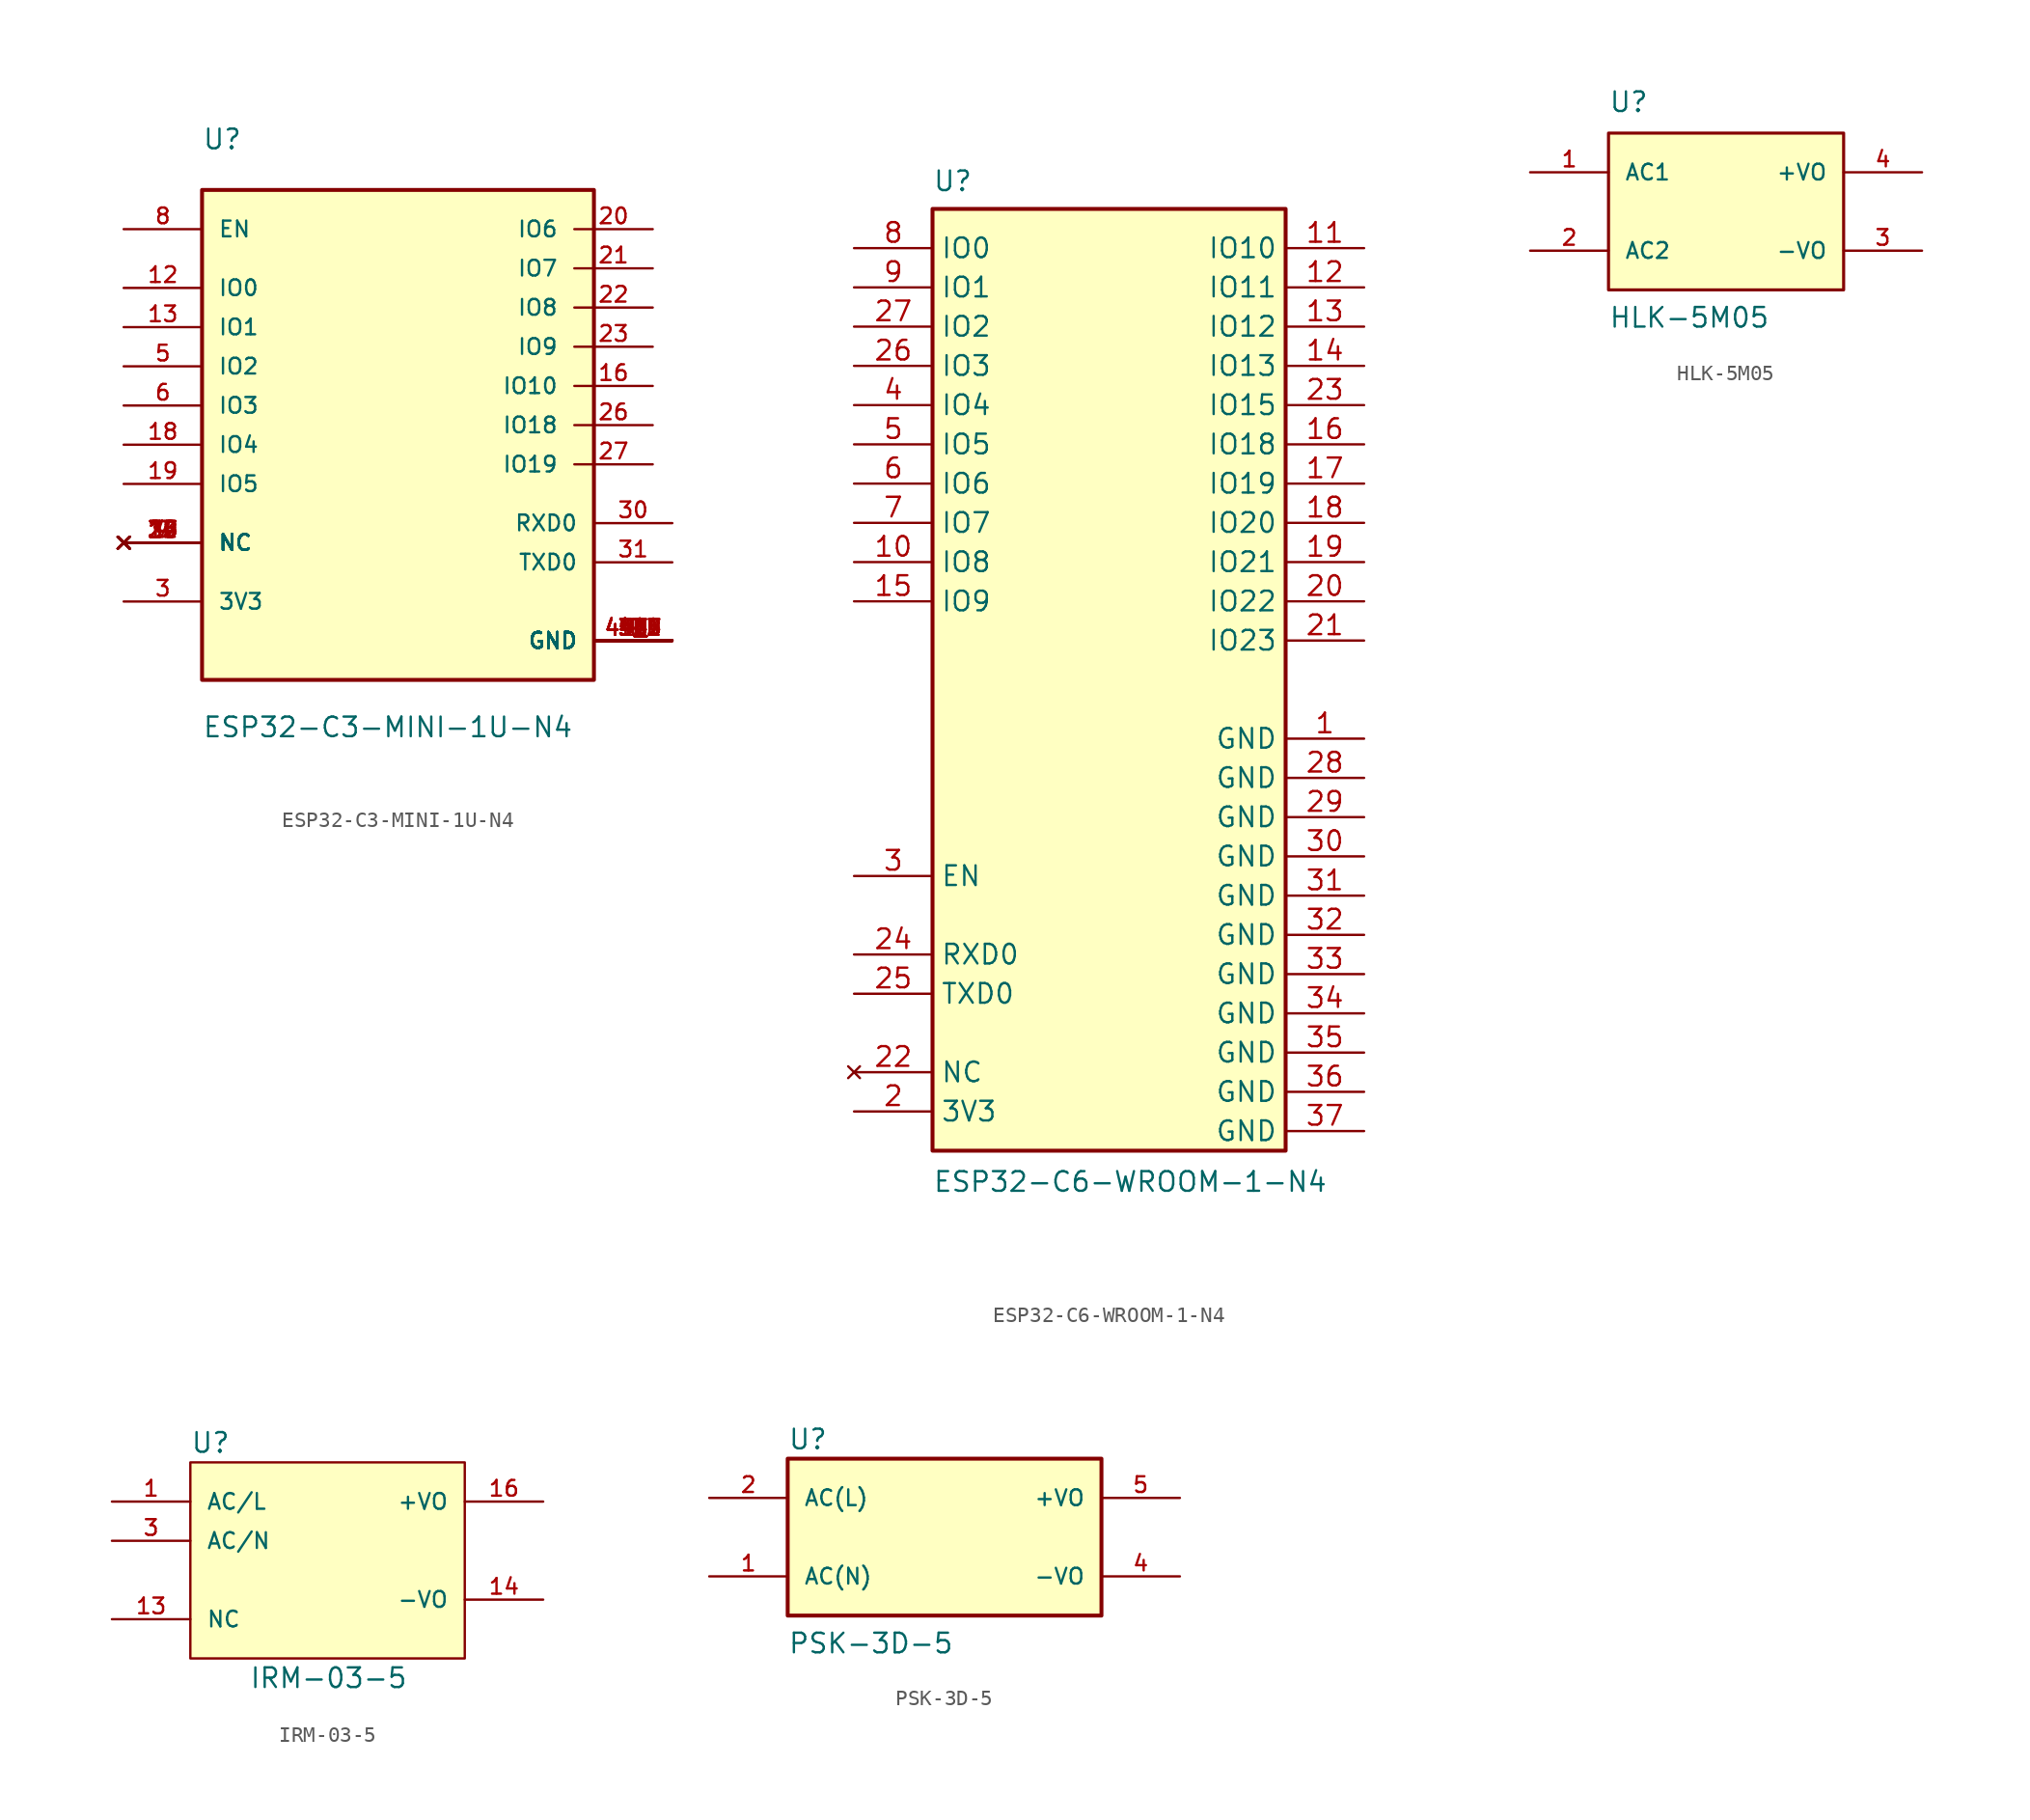
<source format=kicad_sym>
(kicad_symbol_lib
  (version 20220914)
  (generator kicad_symbol_editor)
  (symbol "ESP32-C3-MINI-1U-N4"
    (pin_names
      (offset 1.016))
    (property "Reference" "U"
      (at -12.7 16.51 0)
      (effects (font (size 1.27 1.27)) (justify left bottom)))
    (property "Value" "ESP32-C3-MINI-1U-N4"
      (at -12.7 -21.59 0)
      (effects (font (size 1.27 1.27)) (justify left bottom)))
    (symbol "ESP32-C3-MINI-1U-N4_0_0"
      (rectangle (start -12.7 13.97) (end 12.7 -17.78) (stroke (width 0.254) (type default)) (fill (type background)))
      (pin power_in line (at 17.78 -15.24 180) (length 5.08) (name "GND" (effects (font (size 1.016 1.016)))) (number "1" (effects (font (size 1.016 1.016)))))
      (pin no_connect line (at -17.78 -8.89 0) (length 5.08) (name "NC" (effects (font (size 1.016 1.016)))) (number "10" (effects (font (size 1.016 1.016)))))
      (pin power_in line (at 17.78 -15.24 180) (length 5.08) (name "GND" (effects (font (size 1.016 1.016)))) (number "11" (effects (font (size 1.016 1.016)))))
      (pin bidirectional line (at -17.78 7.62 0) (length 5.08) (name "IO0" (effects (font (size 1.016 1.016)))) (number "12" (effects (font (size 1.016 1.016)))))
      (pin bidirectional line (at -17.78 5.08 0) (length 5.08) (name "IO1" (effects (font (size 1.016 1.016)))) (number "13" (effects (font (size 1.016 1.016)))))
      (pin power_in line (at 17.78 -15.24 180) (length 5.08) (name "GND" (effects (font (size 1.016 1.016)))) (number "14" (effects (font (size 1.016 1.016)))))
      (pin no_connect line (at -17.78 -8.89 0) (length 5.08) (name "NC" (effects (font (size 1.016 1.016)))) (number "15" (effects (font (size 1.016 1.016)))))
      (pin bidirectional line (at 16.51 1.27 180) (length 5.08) (name "IO10" (effects (font (size 1.016 1.016)))) (number "16" (effects (font (size 1.016 1.016)))))
      (pin no_connect line (at -17.78 -8.89 0) (length 5.08) (name "NC" (effects (font (size 1.016 1.016)))) (number "17" (effects (font (size 1.016 1.016)))))
      (pin bidirectional line (at -17.78 -2.54 0) (length 5.08) (name "IO4" (effects (font (size 1.016 1.016)))) (number "18" (effects (font (size 1.016 1.016)))))
      (pin bidirectional line (at -17.78 -5.08 0) (length 5.08) (name "IO5" (effects (font (size 1.016 1.016)))) (number "19" (effects (font (size 1.016 1.016)))))
      (pin power_in line (at 17.78 -15.24 180) (length 5.08) (name "GND" (effects (font (size 1.016 1.016)))) (number "2" (effects (font (size 1.016 1.016)))))
      (pin bidirectional line (at 16.51 11.43 180) (length 5.08) (name "IO6" (effects (font (size 1.016 1.016)))) (number "20" (effects (font (size 1.016 1.016)))))
      (pin bidirectional line (at 16.51 8.89 180) (length 5.08) (name "IO7" (effects (font (size 1.016 1.016)))) (number "21" (effects (font (size 1.016 1.016)))))
      (pin bidirectional line (at 16.51 6.35 180) (length 5.08) (name "IO8" (effects (font (size 1.016 1.016)))) (number "22" (effects (font (size 1.016 1.016)))))
      (pin bidirectional line (at 16.51 3.81 180) (length 5.08) (name "IO9" (effects (font (size 1.016 1.016)))) (number "23" (effects (font (size 1.016 1.016)))))
      (pin no_connect line (at -17.78 -8.89 0) (length 5.08) (name "NC" (effects (font (size 1.016 1.016)))) (number "24" (effects (font (size 1.016 1.016)))))
      (pin no_connect line (at -17.78 -8.89 0) (length 5.08) (name "NC" (effects (font (size 1.016 1.016)))) (number "25" (effects (font (size 1.016 1.016)))))
      (pin bidirectional line (at 16.51 -1.27 180) (length 5.08) (name "IO18" (effects (font (size 1.016 1.016)))) (number "26" (effects (font (size 1.016 1.016)))))
      (pin bidirectional line (at 16.51 -3.81 180) (length 5.08) (name "IO19" (effects (font (size 1.016 1.016)))) (number "27" (effects (font (size 1.016 1.016)))))
      (pin no_connect line (at -17.78 -8.89 0) (length 5.08) (name "NC" (effects (font (size 1.016 1.016)))) (number "28" (effects (font (size 1.016 1.016)))))
      (pin no_connect line (at -17.78 -8.89 0) (length 5.08) (name "NC" (effects (font (size 1.016 1.016)))) (number "29" (effects (font (size 1.016 1.016)))))
      (pin power_in line (at -17.78 -12.7 0) (length 5.08) (name "3V3" (effects (font (size 1.016 1.016)))) (number "3" (effects (font (size 1.016 1.016)))))
      (pin bidirectional line (at 17.78 -7.62 180) (length 5.08) (name "RXD0" (effects (font (size 1.016 1.016)))) (number "30" (effects (font (size 1.016 1.016)))))
      (pin bidirectional line (at 17.78 -10.16 180) (length 5.08) (name "TXD0" (effects (font (size 1.016 1.016)))) (number "31" (effects (font (size 1.016 1.016)))))
      (pin no_connect line (at -17.78 -8.89 0) (length 5.08) (name "NC" (effects (font (size 1.016 1.016)))) (number "32" (effects (font (size 1.016 1.016)))))
      (pin no_connect line (at -17.78 -8.89 0) (length 5.08) (name "NC" (effects (font (size 1.016 1.016)))) (number "33" (effects (font (size 1.016 1.016)))))
      (pin no_connect line (at -17.78 -8.89 0) (length 5.08) (name "NC" (effects (font (size 1.016 1.016)))) (number "34" (effects (font (size 1.016 1.016)))))
      (pin no_connect line (at -17.78 -8.89 0) (length 5.08) (name "NC" (effects (font (size 1.016 1.016)))) (number "35" (effects (font (size 1.016 1.016)))))
      (pin power_in line (at 17.78 -15.24 180) (length 5.08) (name "GND" (effects (font (size 1.016 1.016)))) (number "36" (effects (font (size 1.016 1.016)))))
      (pin power_in line (at 17.78 -15.24 180) (length 5.08) (name "GND" (effects (font (size 1.016 1.016)))) (number "37" (effects (font (size 1.016 1.016)))))
      (pin power_in line (at 17.78 -15.24 180) (length 5.08) (name "GND" (effects (font (size 1.016 1.016)))) (number "38" (effects (font (size 1.016 1.016)))))
      (pin power_in line (at 17.78 -15.24 180) (length 5.08) (name "GND" (effects (font (size 1.016 1.016)))) (number "39" (effects (font (size 1.016 1.016)))))
      (pin no_connect line (at -17.78 -8.89 0) (length 5.08) (name "NC" (effects (font (size 1.016 1.016)))) (number "4" (effects (font (size 1.016 1.016)))))
      (pin power_in line (at 17.78 -15.24 180) (length 5.08) (name "GND" (effects (font (size 1.016 1.016)))) (number "40" (effects (font (size 1.016 1.016)))))
      (pin power_in line (at 17.78 -15.24 180) (length 5.08) (name "GND" (effects (font (size 1.016 1.016)))) (number "41" (effects (font (size 1.016 1.016)))))
      (pin power_in line (at 17.78 -15.24 180) (length 5.08) (name "GND" (effects (font (size 1.016 1.016)))) (number "42" (effects (font (size 1.016 1.016)))))
      (pin power_in line (at 17.78 -15.24 180) (length 5.08) (name "GND" (effects (font (size 1.016 1.016)))) (number "43" (effects (font (size 1.016 1.016)))))
      (pin power_in line (at 17.78 -15.24 180) (length 5.08) (name "GND" (effects (font (size 1.016 1.016)))) (number "44" (effects (font (size 1.016 1.016)))))
      (pin power_in line (at 17.78 -15.24 180) (length 5.08) (name "GND" (effects (font (size 1.016 1.016)))) (number "45" (effects (font (size 1.016 1.016)))))
      (pin power_in line (at 17.78 -15.24 180) (length 5.08) (name "GND" (effects (font (size 1.016 1.016)))) (number "46" (effects (font (size 1.016 1.016)))))
      (pin power_in line (at 17.78 -15.24 180) (length 5.08) (name "GND" (effects (font (size 1.016 1.016)))) (number "47" (effects (font (size 1.016 1.016)))))
      (pin power_in line (at 17.78 -15.24 180) (length 5.08) (name "GND" (effects (font (size 1.016 1.016)))) (number "48" (effects (font (size 1.016 1.016)))))
      (pin power_in line (at 17.78 -15.24 180) (length 5.08) (name "GND" (effects (font (size 1.016 1.016)))) (number "49_1" (effects (font (size 1.016 1.016)))))
      (pin power_in line (at 17.78 -15.24 180) (length 5.08) (name "GND" (effects (font (size 1.016 1.016)))) (number "49_2" (effects (font (size 1.016 1.016)))))
      (pin power_in line (at 17.78 -15.24 180) (length 5.08) (name "GND" (effects (font (size 1.016 1.016)))) (number "49_3" (effects (font (size 1.016 1.016)))))
      (pin power_in line (at 17.78 -15.24 180) (length 5.08) (name "GND" (effects (font (size 1.016 1.016)))) (number "49_4" (effects (font (size 1.016 1.016)))))
      (pin power_in line (at 17.78 -15.24 180) (length 5.08) (name "GND" (effects (font (size 1.016 1.016)))) (number "49_5" (effects (font (size 1.016 1.016)))))
      (pin power_in line (at 17.78 -15.24 180) (length 5.08) (name "GND" (effects (font (size 1.016 1.016)))) (number "49_6" (effects (font (size 1.016 1.016)))))
      (pin power_in line (at 17.78 -15.24 180) (length 5.08) (name "GND" (effects (font (size 1.016 1.016)))) (number "49_7" (effects (font (size 1.016 1.016)))))
      (pin power_in line (at 17.78 -15.24 180) (length 5.08) (name "GND" (effects (font (size 1.016 1.016)))) (number "49_8" (effects (font (size 1.016 1.016)))))
      (pin power_in line (at 17.78 -15.24 180) (length 5.08) (name "GND" (effects (font (size 1.016 1.016)))) (number "49_9" (effects (font (size 1.016 1.016)))))
      (pin bidirectional line (at -17.78 2.54 0) (length 5.08) (name "IO2" (effects (font (size 1.016 1.016)))) (number "5" (effects (font (size 1.016 1.016)))))
      (pin power_in line (at 17.78 -15.24 180) (length 5.08) (name "GND" (effects (font (size 1.016 1.016)))) (number "50" (effects (font (size 1.016 1.016)))))
      (pin power_in line (at 17.78 -15.24 180) (length 5.08) (name "GND" (effects (font (size 1.016 1.016)))) (number "51" (effects (font (size 1.016 1.016)))))
      (pin power_in line (at 17.78 -15.24 180) (length 5.08) (name "GND" (effects (font (size 1.016 1.016)))) (number "52" (effects (font (size 1.016 1.016)))))
      (pin power_in line (at 17.78 -15.24 180) (length 5.08) (name "GND" (effects (font (size 1.016 1.016)))) (number "53" (effects (font (size 1.016 1.016)))))
      (pin bidirectional line (at -17.78 0 0) (length 5.08) (name "IO3" (effects (font (size 1.016 1.016)))) (number "6" (effects (font (size 1.016 1.016)))))
      (pin no_connect line (at -17.78 -8.89 0) (length 5.08) (name "NC" (effects (font (size 1.016 1.016)))) (number "7" (effects (font (size 1.016 1.016)))))
      (pin input line (at -17.78 11.43 0) (length 5.08) (name "EN" (effects (font (size 1.016 1.016)))) (number "8" (effects (font (size 1.016 1.016)))))
      (pin no_connect line (at -17.78 -8.89 0) (length 5.08) (name "NC" (effects (font (size 1.016 1.016)))) (number "9" (effects (font (size 1.016 1.016)))))))
  (symbol "ESP32-C6-WROOM-1-N4"
    (property "Reference" "U"
      (at -12.7 26.67 0)
      (effects (font (size 1.27 1.27)) (justify left top)))
    (property "Value" "ESP32-C6-WROOM-1-N4"
      (at -12.7 -38.1 0)
      (effects (font (size 1.27 1.27)) (justify left top)))
    (symbol "ESP32-C6-WROOM-1-N4_1_1"
      (rectangle (start -12.7 24.13) (end 10.16 -36.83) (stroke (width 0.254) (type default)) (fill (type background)))
      (pin passive line (at 15.24 -10.16 180) (length 5.08) (name "GND" (effects (font (size 1.27 1.27)))) (number "1" (effects (font (size 1.27 1.27)))))
      (pin passive line (at -17.78 1.27 0) (length 5.08) (name "IO8" (effects (font (size 1.27 1.27)))) (number "10" (effects (font (size 1.27 1.27)))))
      (pin passive line (at 15.24 21.59 180) (length 5.08) (name "IO10" (effects (font (size 1.27 1.27)))) (number "11" (effects (font (size 1.27 1.27)))))
      (pin passive line (at 15.24 19.05 180) (length 5.08) (name "IO11" (effects (font (size 1.27 1.27)))) (number "12" (effects (font (size 1.27 1.27)))))
      (pin passive line (at 15.24 16.51 180) (length 5.08) (name "IO12" (effects (font (size 1.27 1.27)))) (number "13" (effects (font (size 1.27 1.27)))))
      (pin passive line (at 15.24 13.97 180) (length 5.08) (name "IO13" (effects (font (size 1.27 1.27)))) (number "14" (effects (font (size 1.27 1.27)))))
      (pin passive line (at -17.78 -1.27 0) (length 5.08) (name "IO9" (effects (font (size 1.27 1.27)))) (number "15" (effects (font (size 1.27 1.27)))))
      (pin passive line (at 15.24 8.89 180) (length 5.08) (name "IO18" (effects (font (size 1.27 1.27)))) (number "16" (effects (font (size 1.27 1.27)))))
      (pin passive line (at 15.24 6.35 180) (length 5.08) (name "IO19" (effects (font (size 1.27 1.27)))) (number "17" (effects (font (size 1.27 1.27)))))
      (pin passive line (at 15.24 3.81 180) (length 5.08) (name "IO20" (effects (font (size 1.27 1.27)))) (number "18" (effects (font (size 1.27 1.27)))))
      (pin passive line (at 15.24 1.27 180) (length 5.08) (name "IO21" (effects (font (size 1.27 1.27)))) (number "19" (effects (font (size 1.27 1.27)))))
      (pin passive line (at -17.78 -34.29 0) (length 5.08) (name "3V3" (effects (font (size 1.27 1.27)))) (number "2" (effects (font (size 1.27 1.27)))))
      (pin passive line (at 15.24 -1.27 180) (length 5.08) (name "IO22" (effects (font (size 1.27 1.27)))) (number "20" (effects (font (size 1.27 1.27)))))
      (pin passive line (at 15.24 -3.81 180) (length 5.08) (name "IO23" (effects (font (size 1.27 1.27)))) (number "21" (effects (font (size 1.27 1.27)))))
      (pin no_connect line (at -17.78 -31.75 0) (length 5.08) (name "NC" (effects (font (size 1.27 1.27)))) (number "22" (effects (font (size 1.27 1.27)))))
      (pin passive line (at 15.24 11.43 180) (length 5.08) (name "IO15" (effects (font (size 1.27 1.27)))) (number "23" (effects (font (size 1.27 1.27)))))
      (pin passive line (at -17.78 -24.13 0) (length 5.08) (name "RXD0" (effects (font (size 1.27 1.27)))) (number "24" (effects (font (size 1.27 1.27)))))
      (pin passive line (at -17.78 -26.67 0) (length 5.08) (name "TXD0" (effects (font (size 1.27 1.27)))) (number "25" (effects (font (size 1.27 1.27)))))
      (pin passive line (at -17.78 13.97 0) (length 5.08) (name "IO3" (effects (font (size 1.27 1.27)))) (number "26" (effects (font (size 1.27 1.27)))))
      (pin passive line (at -17.78 16.51 0) (length 5.08) (name "IO2" (effects (font (size 1.27 1.27)))) (number "27" (effects (font (size 1.27 1.27)))))
      (pin passive line (at 15.24 -12.7 180) (length 5.08) (name "GND" (effects (font (size 1.27 1.27)))) (number "28" (effects (font (size 1.27 1.27)))))
      (pin passive line (at 15.24 -15.24 180) (length 5.08) (name "GND" (effects (font (size 1.27 1.27)))) (number "29" (effects (font (size 1.27 1.27)))))
      (pin passive line (at -17.78 -19.05 0) (length 5.08) (name "EN" (effects (font (size 1.27 1.27)))) (number "3" (effects (font (size 1.27 1.27)))))
      (pin passive line (at 15.24 -17.78 180) (length 5.08) (name "GND" (effects (font (size 1.27 1.27)))) (number "30" (effects (font (size 1.27 1.27)))))
      (pin passive line (at 15.24 -20.32 180) (length 5.08) (name "GND" (effects (font (size 1.27 1.27)))) (number "31" (effects (font (size 1.27 1.27)))))
      (pin passive line (at 15.24 -22.86 180) (length 5.08) (name "GND" (effects (font (size 1.27 1.27)))) (number "32" (effects (font (size 1.27 1.27)))))
      (pin passive line (at 15.24 -25.4 180) (length 5.08) (name "GND" (effects (font (size 1.27 1.27)))) (number "33" (effects (font (size 1.27 1.27)))))
      (pin passive line (at 15.24 -27.94 180) (length 5.08) (name "GND" (effects (font (size 1.27 1.27)))) (number "34" (effects (font (size 1.27 1.27)))))
      (pin passive line (at 15.24 -30.48 180) (length 5.08) (name "GND" (effects (font (size 1.27 1.27)))) (number "35" (effects (font (size 1.27 1.27)))))
      (pin passive line (at 15.24 -33.02 180) (length 5.08) (name "GND" (effects (font (size 1.27 1.27)))) (number "36" (effects (font (size 1.27 1.27)))))
      (pin passive line (at 15.24 -35.56 180) (length 5.08) (name "GND" (effects (font (size 1.27 1.27)))) (number "37" (effects (font (size 1.27 1.27)))))
      (pin passive line (at -17.78 11.43 0) (length 5.08) (name "IO4" (effects (font (size 1.27 1.27)))) (number "4" (effects (font (size 1.27 1.27)))))
      (pin passive line (at -17.78 8.89 0) (length 5.08) (name "IO5" (effects (font (size 1.27 1.27)))) (number "5" (effects (font (size 1.27 1.27)))))
      (pin passive line (at -17.78 6.35 0) (length 5.08) (name "IO6" (effects (font (size 1.27 1.27)))) (number "6" (effects (font (size 1.27 1.27)))))
      (pin passive line (at -17.78 3.81 0) (length 5.08) (name "IO7" (effects (font (size 1.27 1.27)))) (number "7" (effects (font (size 1.27 1.27)))))
      (pin passive line (at -17.78 21.59 0) (length 5.08) (name "IO0" (effects (font (size 1.27 1.27)))) (number "8" (effects (font (size 1.27 1.27)))))
      (pin passive line (at -17.78 19.05 0) (length 5.08) (name "IO1" (effects (font (size 1.27 1.27)))) (number "9" (effects (font (size 1.27 1.27)))))))
  (symbol "HLK-5M05"
    (pin_names
      (offset 1.016))
    (property "Reference" "U"
      (at -7.62 6.35 0)
      (effects (font (size 1.27 1.27)) (justify left bottom)))
    (property "Value" "HLK-5M05"
      (at -7.62 -7.62 0)
      (effects (font (size 1.27 1.27)) (justify left bottom)))
    (symbol "HLK-5M05_0_0"
      (rectangle (start -7.62 -5.08) (end 7.62 5.08) (stroke (width 0.2) (type default)) (fill (type background)))
      (pin input line (at -12.7 2.54 0) (length 5.08) (name "AC1" (effects (font (size 1.016 1.016)))) (number "1" (effects (font (size 1.016 1.016)))))
      (pin input line (at -12.7 -2.54 0) (length 5.08) (name "AC2" (effects (font (size 1.016 1.016)))) (number "2" (effects (font (size 1.016 1.016)))))
      (pin output line (at 12.7 -2.54 180) (length 5.08) (name "-VO" (effects (font (size 1.016 1.016)))) (number "3" (effects (font (size 1.016 1.016)))))
      (pin output line (at 12.7 2.54 180) (length 5.08) (name "+VO" (effects (font (size 1.016 1.016)))) (number "4" (effects (font (size 1.016 1.016)))))))
  (symbol "IRM-03-5"
    (pin_names
      (offset 1.016))
    (property "Reference" "U"
      (at -8.89 3.81 0)
      (effects (font (size 1.27 1.27)) (justify left)))
    (property "Value" "IRM-03-5"
      (at -5.08 -11.43 0)
      (effects (font (size 1.27 1.27)) (justify left)))
    (property "ki_locked" ""
      (at 0 0 0)
      (effects (font (size 1.27 1.27))))
    (symbol "IRM-03-5_1_1"
      (rectangle (start -8.89 -10.16) (end 8.89 2.54) (stroke (width 0) (type solid)) (fill (type background)))
      (pin passive line (at -13.97 0 0) (length 5.08) (name "AC/L" (effects (font (size 1.016 1.016)))) (number "1" (effects (font (size 1.016 1.016)))))
      (pin passive line (at -13.97 -7.62 0) (length 5.08) (name "NC" (effects (font (size 1.016 1.016)))) (number "13" (effects (font (size 1.016 1.016)))))
      (pin passive line (at 13.97 -6.35 180) (length 5.08) (name "-VO" (effects (font (size 1.016 1.016)))) (number "14" (effects (font (size 1.016 1.016)))))
      (pin passive line (at 13.97 0 180) (length 5.08) (name "+VO" (effects (font (size 1.016 1.016)))) (number "16" (effects (font (size 1.016 1.016)))))
      (pin passive line (at -13.97 -2.54 0) (length 5.08) (name "AC/N" (effects (font (size 1.016 1.016)))) (number "3" (effects (font (size 1.016 1.016)))))))
  (symbol "PSK-3D-5"
    (pin_names
      (offset 1.016))
    (property "Reference" "U"
      (at -10.16 5.588 0)
      (effects (font (size 1.27 1.27)) (justify left bottom)))
    (property "Value" "PSK-3D-5"
      (at -10.16 -7.62 0)
      (effects (font (size 1.27 1.27)) (justify left bottom)))
    (symbol "PSK-3D-5_0_0"
      (rectangle (start -10.16 -5.08) (end 10.16 5.08) (stroke (width 0.254) (type default)) (fill (type background)))
      (pin input line (at -15.24 -2.54 0) (length 5.08) (name "AC(N)" (effects (font (size 1.016 1.016)))) (number "1" (effects (font (size 1.016 1.016)))))
      (pin input line (at -15.24 2.54 0) (length 5.08) (name "AC(L)" (effects (font (size 1.016 1.016)))) (number "2" (effects (font (size 1.016 1.016)))))
      (pin output line (at 15.24 -2.54 180) (length 5.08) (name "-VO" (effects (font (size 1.016 1.016)))) (number "4" (effects (font (size 1.016 1.016)))))
      (pin output line (at 15.24 2.54 180) (length 5.08) (name "+VO" (effects (font (size 1.016 1.016)))) (number "5" (effects (font (size 1.016 1.016))))))))
</source>
